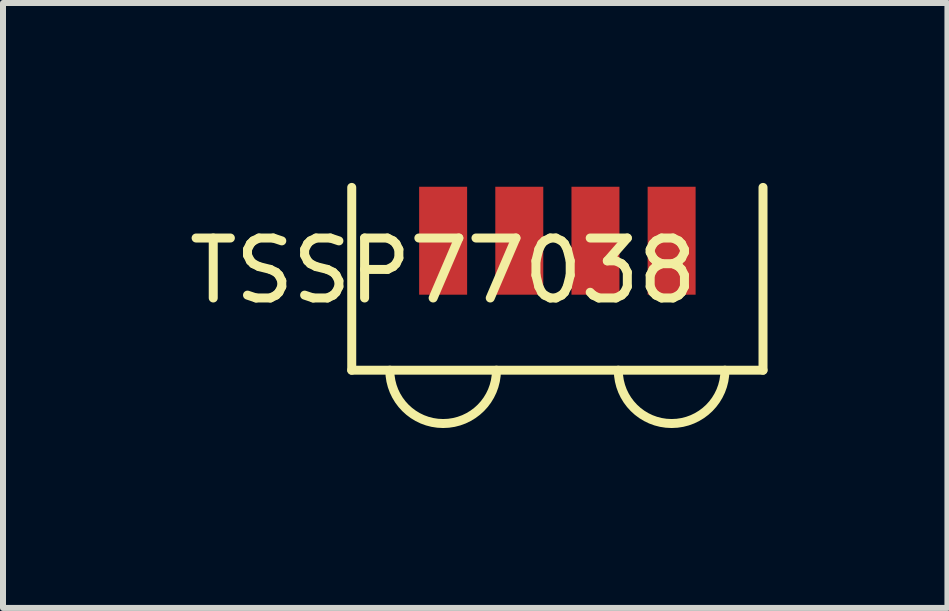
<source format=kicad_pcb>
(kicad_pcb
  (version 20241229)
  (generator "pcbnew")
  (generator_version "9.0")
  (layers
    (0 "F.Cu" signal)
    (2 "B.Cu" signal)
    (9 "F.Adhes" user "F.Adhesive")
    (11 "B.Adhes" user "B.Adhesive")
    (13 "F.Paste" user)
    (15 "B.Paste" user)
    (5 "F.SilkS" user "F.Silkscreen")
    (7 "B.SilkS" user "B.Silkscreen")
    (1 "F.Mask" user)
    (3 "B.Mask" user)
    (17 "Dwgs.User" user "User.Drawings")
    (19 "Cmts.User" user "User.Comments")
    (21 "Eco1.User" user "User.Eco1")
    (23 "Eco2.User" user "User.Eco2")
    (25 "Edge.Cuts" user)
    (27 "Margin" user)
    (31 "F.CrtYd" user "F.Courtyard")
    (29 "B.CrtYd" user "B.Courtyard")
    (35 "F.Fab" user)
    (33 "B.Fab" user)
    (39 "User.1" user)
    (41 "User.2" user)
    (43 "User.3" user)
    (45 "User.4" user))
  (footprint "TSSP77038"
    (layer "F.Cu")
    (at 4.339 0.964)
    (property "Reference" "TSSP77038" (at 0 0.5 0) (layer "F.SilkS") (effects (font (size 1 1) (thickness 0.15))))
    (attr through_hole)
    (fp_line (start -1.524 -0.889) (end -1.524 2.159) (stroke (width 0.15) (type solid)) (layer "F.SilkS"))
    (fp_line (start -1.524 2.159) (end 5.334 2.159) (stroke (width 0.15) (type solid)) (layer "F.SilkS"))
    (fp_line (start 5.334 2.159) (end 5.334 -0.889) (stroke (width 0.15) (type solid)) (layer "F.SilkS"))
    (fp_arc (start 0.889 2.159) (mid 0 3.048) (end -0.889 2.159) (stroke (width 0.15) (type solid)) (layer "F.SilkS"))
    (fp_arc (start 4.699 2.159) (mid 3.81 3.048) (end 2.921 2.159) (stroke (width 0.15) (type solid)) (layer "F.SilkS"))
    (pad "1" smd rect (at 0 0) (size 0.8 1.8) (layers "F.Cu" "F.Mask" "F.Paste"))
    (pad "2" smd rect (at 1.27 0) (size 0.8 1.8) (layers "F.Cu" "F.Mask" "F.Paste"))
    (pad "3" smd rect (at 2.54 0) (size 0.8 1.8) (layers "F.Cu" "F.Mask" "F.Paste"))
    (pad "4" smd rect (at 3.81 0) (size 0.8 1.8) (layers "F.Cu" "F.Mask" "F.Paste")))
  (gr_rect
    (start -3 -3)
    (end 12.748 7.087)
    (stroke (width 0.1) (type default))
    (fill no)
    (layer "Edge.Cuts")))
</source>
